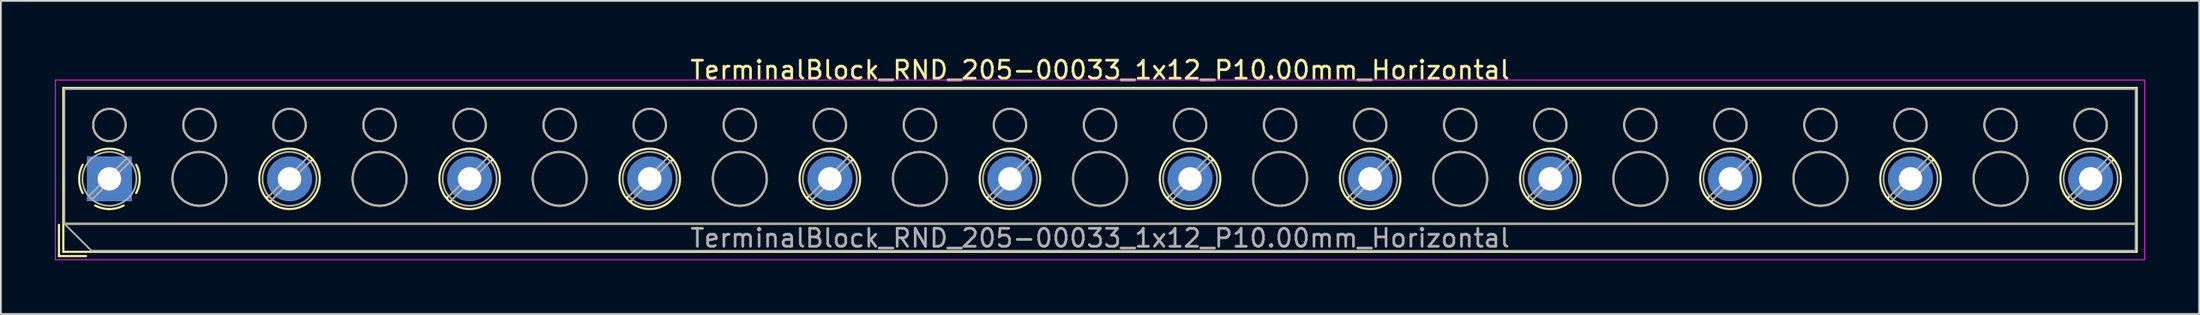
<source format=kicad_pcb>
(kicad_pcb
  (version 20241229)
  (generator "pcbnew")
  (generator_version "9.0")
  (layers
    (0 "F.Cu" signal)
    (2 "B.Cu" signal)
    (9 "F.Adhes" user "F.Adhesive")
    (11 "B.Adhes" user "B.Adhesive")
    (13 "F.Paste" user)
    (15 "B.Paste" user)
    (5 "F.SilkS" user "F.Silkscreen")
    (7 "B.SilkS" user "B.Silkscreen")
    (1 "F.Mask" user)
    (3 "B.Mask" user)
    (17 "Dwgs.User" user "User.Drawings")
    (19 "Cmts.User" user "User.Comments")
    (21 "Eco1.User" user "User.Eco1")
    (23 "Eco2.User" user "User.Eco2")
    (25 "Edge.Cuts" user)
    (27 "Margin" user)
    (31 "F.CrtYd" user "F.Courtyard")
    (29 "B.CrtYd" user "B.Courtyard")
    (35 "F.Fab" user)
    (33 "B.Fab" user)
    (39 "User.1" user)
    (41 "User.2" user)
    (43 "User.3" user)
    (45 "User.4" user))
  (footprint "TerminalBlock_RND_205-00033_1x12_P10.00mm_Horizontal"
    (layer "F.Cu")
    (at 3.025 6.908)
    (property "Reference" "TerminalBlock_RND_205-00033_1x12_P10.00mm_Horizontal" (at 55 -6.06 0) (layer "F.SilkS") (effects (font (size 1 1) (thickness 0.15))))
    (attr through_hole)
    (fp_line (start -2.8 2.56) (end -2.8 4.3) (stroke (width 0.12) (type solid)) (layer "F.SilkS"))
    (fp_line (start -2.8 4.3) (end -1.3 4.3) (stroke (width 0.12) (type solid)) (layer "F.SilkS"))
    (fp_line (start -2.56 -5.06) (end -2.56 4.06) (stroke (width 0.12) (type solid)) (layer "F.SilkS"))
    (fp_line (start -2.56 -5.06) (end 112.56 -5.06) (stroke (width 0.12) (type solid)) (layer "F.SilkS"))
    (fp_line (start -2.56 2.5) (end 112.56 2.5) (stroke (width 0.12) (type solid)) (layer "F.SilkS"))
    (fp_line (start -2.56 4.06) (end 112.56 4.06) (stroke (width 0.12) (type solid)) (layer "F.SilkS"))
    (fp_line (start 8.82 0.976) (end 8.726 1.069) (stroke (width 0.12) (type solid)) (layer "F.SilkS"))
    (fp_line (start 8.99 1.216) (end 8.931 1.274) (stroke (width 0.12) (type solid)) (layer "F.SilkS"))
    (fp_line (start 11.07 -1.275) (end 11.011 -1.216) (stroke (width 0.12) (type solid)) (layer "F.SilkS"))
    (fp_line (start 11.275 -1.069) (end 11.181 -0.976) (stroke (width 0.12) (type solid)) (layer "F.SilkS"))
    (fp_line (start 18.82 0.976) (end 18.726 1.069) (stroke (width 0.12) (type solid)) (layer "F.SilkS"))
    (fp_line (start 18.99 1.216) (end 18.931 1.274) (stroke (width 0.12) (type solid)) (layer "F.SilkS"))
    (fp_line (start 21.07 -1.275) (end 21.011 -1.216) (stroke (width 0.12) (type solid)) (layer "F.SilkS"))
    (fp_line (start 21.275 -1.069) (end 21.181 -0.976) (stroke (width 0.12) (type solid)) (layer "F.SilkS"))
    (fp_line (start 28.82 0.976) (end 28.726 1.069) (stroke (width 0.12) (type solid)) (layer "F.SilkS"))
    (fp_line (start 28.99 1.216) (end 28.931 1.274) (stroke (width 0.12) (type solid)) (layer "F.SilkS"))
    (fp_line (start 31.07 -1.275) (end 31.011 -1.216) (stroke (width 0.12) (type solid)) (layer "F.SilkS"))
    (fp_line (start 31.275 -1.069) (end 31.181 -0.976) (stroke (width 0.12) (type solid)) (layer "F.SilkS"))
    (fp_line (start 38.82 0.976) (end 38.726 1.069) (stroke (width 0.12) (type solid)) (layer "F.SilkS"))
    (fp_line (start 38.99 1.216) (end 38.931 1.274) (stroke (width 0.12) (type solid)) (layer "F.SilkS"))
    (fp_line (start 41.07 -1.275) (end 41.011 -1.216) (stroke (width 0.12) (type solid)) (layer "F.SilkS"))
    (fp_line (start 41.275 -1.069) (end 41.181 -0.976) (stroke (width 0.12) (type solid)) (layer "F.SilkS"))
    (fp_line (start 48.82 0.976) (end 48.726 1.069) (stroke (width 0.12) (type solid)) (layer "F.SilkS"))
    (fp_line (start 48.99 1.216) (end 48.931 1.274) (stroke (width 0.12) (type solid)) (layer "F.SilkS"))
    (fp_line (start 51.07 -1.275) (end 51.011 -1.216) (stroke (width 0.12) (type solid)) (layer "F.SilkS"))
    (fp_line (start 51.275 -1.069) (end 51.181 -0.976) (stroke (width 0.12) (type solid)) (layer "F.SilkS"))
    (fp_line (start 58.82 0.976) (end 58.726 1.069) (stroke (width 0.12) (type solid)) (layer "F.SilkS"))
    (fp_line (start 58.99 1.216) (end 58.931 1.274) (stroke (width 0.12) (type solid)) (layer "F.SilkS"))
    (fp_line (start 61.07 -1.275) (end 61.011 -1.216) (stroke (width 0.12) (type solid)) (layer "F.SilkS"))
    (fp_line (start 61.275 -1.069) (end 61.181 -0.976) (stroke (width 0.12) (type solid)) (layer "F.SilkS"))
    (fp_line (start 68.82 0.976) (end 68.726 1.069) (stroke (width 0.12) (type solid)) (layer "F.SilkS"))
    (fp_line (start 68.99 1.216) (end 68.931 1.274) (stroke (width 0.12) (type solid)) (layer "F.SilkS"))
    (fp_line (start 71.07 -1.275) (end 71.011 -1.216) (stroke (width 0.12) (type solid)) (layer "F.SilkS"))
    (fp_line (start 71.275 -1.069) (end 71.181 -0.976) (stroke (width 0.12) (type solid)) (layer "F.SilkS"))
    (fp_line (start 78.82 0.976) (end 78.726 1.069) (stroke (width 0.12) (type solid)) (layer "F.SilkS"))
    (fp_line (start 78.99 1.216) (end 78.931 1.274) (stroke (width 0.12) (type solid)) (layer "F.SilkS"))
    (fp_line (start 81.07 -1.275) (end 81.011 -1.216) (stroke (width 0.12) (type solid)) (layer "F.SilkS"))
    (fp_line (start 81.275 -1.069) (end 81.181 -0.976) (stroke (width 0.12) (type solid)) (layer "F.SilkS"))
    (fp_line (start 88.82 0.976) (end 88.726 1.069) (stroke (width 0.12) (type solid)) (layer "F.SilkS"))
    (fp_line (start 88.99 1.216) (end 88.931 1.274) (stroke (width 0.12) (type solid)) (layer "F.SilkS"))
    (fp_line (start 91.07 -1.275) (end 91.011 -1.216) (stroke (width 0.12) (type solid)) (layer "F.SilkS"))
    (fp_line (start 91.275 -1.069) (end 91.181 -0.976) (stroke (width 0.12) (type solid)) (layer "F.SilkS"))
    (fp_line (start 98.82 0.976) (end 98.726 1.069) (stroke (width 0.12) (type solid)) (layer "F.SilkS"))
    (fp_line (start 98.99 1.216) (end 98.931 1.274) (stroke (width 0.12) (type solid)) (layer "F.SilkS"))
    (fp_line (start 101.07 -1.275) (end 101.011 -1.216) (stroke (width 0.12) (type solid)) (layer "F.SilkS"))
    (fp_line (start 101.275 -1.069) (end 101.181 -0.976) (stroke (width 0.12) (type solid)) (layer "F.SilkS"))
    (fp_line (start 108.82 0.976) (end 108.726 1.069) (stroke (width 0.12) (type solid)) (layer "F.SilkS"))
    (fp_line (start 108.99 1.216) (end 108.931 1.274) (stroke (width 0.12) (type solid)) (layer "F.SilkS"))
    (fp_line (start 111.07 -1.275) (end 111.011 -1.216) (stroke (width 0.12) (type solid)) (layer "F.SilkS"))
    (fp_line (start 111.275 -1.069) (end 111.181 -0.976) (stroke (width 0.12) (type solid)) (layer "F.SilkS"))
    (fp_line (start 112.56 -5.06) (end 112.56 4.06) (stroke (width 0.12) (type solid)) (layer "F.SilkS"))
    (fp_arc (start -1.483953 0.789089) (mid -1.680708 0.00005) (end -1.484 -0.789) (stroke (width 0.12) (type solid)) (layer "F.SilkS"))
    (fp_arc (start -0.789089 -1.483953) (mid -0.00005 -1.680708) (end 0.789 -1.484) (stroke (width 0.12) (type solid)) (layer "F.SilkS"))
    (fp_arc (start 0.029383 1.68045) (mid -0.392304 1.634281) (end -0.789 1.484) (stroke (width 0.12) (type solid)) (layer "F.SilkS"))
    (fp_arc (start 0.788712 1.483352) (mid 0.406429 1.630097) (end 0 1.68) (stroke (width 0.12) (type solid)) (layer "F.SilkS"))
    (fp_arc (start 1.483953 -0.789089) (mid 1.680708 -0.00005) (end 1.484 0.789) (stroke (width 0.12) (type solid)) (layer "F.SilkS"))
    (fp_circle (center 0 -3) (end 0.9 -3) (stroke (width 0.12) (type solid)) (fill no) (layer "F.SilkS"))
    (fp_circle (center 5 -3) (end 5.9 -3) (stroke (width 0.12) (type solid)) (fill no) (layer "F.SilkS"))
    (fp_circle (center 5 0) (end 6.5 0) (stroke (width 0.12) (type solid)) (fill no) (layer "F.SilkS"))
    (fp_circle (center 10 -3) (end 10.9 -3) (stroke (width 0.12) (type solid)) (fill no) (layer "F.SilkS"))
    (fp_circle (center 10 0) (end 11.68 0) (stroke (width 0.12) (type solid)) (fill no) (layer "F.SilkS"))
    (fp_circle (center 15 -3) (end 15.9 -3) (stroke (width 0.12) (type solid)) (fill no) (layer "F.SilkS"))
    (fp_circle (center 15 0) (end 16.5 0) (stroke (width 0.12) (type solid)) (fill no) (layer "F.SilkS"))
    (fp_circle (center 20 -3) (end 20.9 -3) (stroke (width 0.12) (type solid)) (fill no) (layer "F.SilkS"))
    (fp_circle (center 20 0) (end 21.68 0) (stroke (width 0.12) (type solid)) (fill no) (layer "F.SilkS"))
    (fp_circle (center 25 -3) (end 25.9 -3) (stroke (width 0.12) (type solid)) (fill no) (layer "F.SilkS"))
    (fp_circle (center 25 0) (end 26.5 0) (stroke (width 0.12) (type solid)) (fill no) (layer "F.SilkS"))
    (fp_circle (center 30 -3) (end 30.9 -3) (stroke (width 0.12) (type solid)) (fill no) (layer "F.SilkS"))
    (fp_circle (center 30 0) (end 31.68 0) (stroke (width 0.12) (type solid)) (fill no) (layer "F.SilkS"))
    (fp_circle (center 35 -3) (end 35.9 -3) (stroke (width 0.12) (type solid)) (fill no) (layer "F.SilkS"))
    (fp_circle (center 35 0) (end 36.5 0) (stroke (width 0.12) (type solid)) (fill no) (layer "F.SilkS"))
    (fp_circle (center 40 -3) (end 40.9 -3) (stroke (width 0.12) (type solid)) (fill no) (layer "F.SilkS"))
    (fp_circle (center 40 0) (end 41.68 0) (stroke (width 0.12) (type solid)) (fill no) (layer "F.SilkS"))
    (fp_circle (center 45 -3) (end 45.9 -3) (stroke (width 0.12) (type solid)) (fill no) (layer "F.SilkS"))
    (fp_circle (center 45 0) (end 46.5 0) (stroke (width 0.12) (type solid)) (fill no) (layer "F.SilkS"))
    (fp_circle (center 50 -3) (end 50.9 -3) (stroke (width 0.12) (type solid)) (fill no) (layer "F.SilkS"))
    (fp_circle (center 50 0) (end 51.68 0) (stroke (width 0.12) (type solid)) (fill no) (layer "F.SilkS"))
    (fp_circle (center 55 -3) (end 55.9 -3) (stroke (width 0.12) (type solid)) (fill no) (layer "F.SilkS"))
    (fp_circle (center 55 0) (end 56.5 0) (stroke (width 0.12) (type solid)) (fill no) (layer "F.SilkS"))
    (fp_circle (center 60 -3) (end 60.9 -3) (stroke (width 0.12) (type solid)) (fill no) (layer "F.SilkS"))
    (fp_circle (center 60 0) (end 61.68 0) (stroke (width 0.12) (type solid)) (fill no) (layer "F.SilkS"))
    (fp_circle (center 65 -3) (end 65.9 -3) (stroke (width 0.12) (type solid)) (fill no) (layer "F.SilkS"))
    (fp_circle (center 65 0) (end 66.5 0) (stroke (width 0.12) (type solid)) (fill no) (layer "F.SilkS"))
    (fp_circle (center 70 -3) (end 70.9 -3) (stroke (width 0.12) (type solid)) (fill no) (layer "F.SilkS"))
    (fp_circle (center 70 0) (end 71.68 0) (stroke (width 0.12) (type solid)) (fill no) (layer "F.SilkS"))
    (fp_circle (center 75 -3) (end 75.9 -3) (stroke (width 0.12) (type solid)) (fill no) (layer "F.SilkS"))
    (fp_circle (center 75 0) (end 76.5 0) (stroke (width 0.12) (type solid)) (fill no) (layer "F.SilkS"))
    (fp_circle (center 80 -3) (end 80.9 -3) (stroke (width 0.12) (type solid)) (fill no) (layer "F.SilkS"))
    (fp_circle (center 80 0) (end 81.68 0) (stroke (width 0.12) (type solid)) (fill no) (layer "F.SilkS"))
    (fp_circle (center 85 -3) (end 85.9 -3) (stroke (width 0.12) (type solid)) (fill no) (layer "F.SilkS"))
    (fp_circle (center 85 0) (end 86.5 0) (stroke (width 0.12) (type solid)) (fill no) (layer "F.SilkS"))
    (fp_circle (center 90 -3) (end 90.9 -3) (stroke (width 0.12) (type solid)) (fill no) (layer "F.SilkS"))
    (fp_circle (center 90 0) (end 91.68 0) (stroke (width 0.12) (type solid)) (fill no) (layer "F.SilkS"))
    (fp_circle (center 95 -3) (end 95.9 -3) (stroke (width 0.12) (type solid)) (fill no) (layer "F.SilkS"))
    (fp_circle (center 95 0) (end 96.5 0) (stroke (width 0.12) (type solid)) (fill no) (layer "F.SilkS"))
    (fp_circle (center 100 -3) (end 100.9 -3) (stroke (width 0.12) (type solid)) (fill no) (layer "F.SilkS"))
    (fp_circle (center 100 0) (end 101.68 0) (stroke (width 0.12) (type solid)) (fill no) (layer "F.SilkS"))
    (fp_circle (center 105 -3) (end 105.9 -3) (stroke (width 0.12) (type solid)) (fill no) (layer "F.SilkS"))
    (fp_circle (center 105 0) (end 106.5 0) (stroke (width 0.12) (type solid)) (fill no) (layer "F.SilkS"))
    (fp_circle (center 110 -3) (end 110.9 -3) (stroke (width 0.12) (type solid)) (fill no) (layer "F.SilkS"))
    (fp_circle (center 110 0) (end 111.68 0) (stroke (width 0.12) (type solid)) (fill no) (layer "F.SilkS"))
    (fp_line (start -3 -5.5) (end -3 4.5) (stroke (width 0.05) (type solid)) (layer "F.CrtYd"))
    (fp_line (start -3 4.5) (end 113 4.5) (stroke (width 0.05) (type solid)) (layer "F.CrtYd"))
    (fp_line (start 113 -5.5) (end -3 -5.5) (stroke (width 0.05) (type solid)) (layer "F.CrtYd"))
    (fp_line (start 113 4.5) (end 113 -5.5) (stroke (width 0.05) (type solid)) (layer "F.CrtYd"))
    (fp_line (start -2.5 -5) (end 112.5 -5) (stroke (width 0.1) (type solid)) (layer "F.Fab"))
    (fp_line (start -2.5 2.5) (end -2.5 -5) (stroke (width 0.1) (type solid)) (layer "F.Fab"))
    (fp_line (start -2.5 2.5) (end 112.5 2.5) (stroke (width 0.1) (type solid)) (layer "F.Fab"))
    (fp_line (start -1 4) (end -2.5 2.5) (stroke (width 0.1) (type solid)) (layer "F.Fab"))
    (fp_line (start 0.955 -1.138) (end -1.138 0.955) (stroke (width 0.1) (type solid)) (layer "F.Fab"))
    (fp_line (start 1.138 -0.955) (end -0.955 1.138) (stroke (width 0.1) (type solid)) (layer "F.Fab"))
    (fp_line (start 10.955 -1.138) (end 8.863 0.955) (stroke (width 0.1) (type solid)) (layer "F.Fab"))
    (fp_line (start 11.138 -0.955) (end 9.046 1.138) (stroke (width 0.1) (type solid)) (layer "F.Fab"))
    (fp_line (start 20.955 -1.138) (end 18.863 0.955) (stroke (width 0.1) (type solid)) (layer "F.Fab"))
    (fp_line (start 21.138 -0.955) (end 19.046 1.138) (stroke (width 0.1) (type solid)) (layer "F.Fab"))
    (fp_line (start 30.955 -1.138) (end 28.863 0.955) (stroke (width 0.1) (type solid)) (layer "F.Fab"))
    (fp_line (start 31.138 -0.955) (end 29.046 1.138) (stroke (width 0.1) (type solid)) (layer "F.Fab"))
    (fp_line (start 40.955 -1.138) (end 38.863 0.955) (stroke (width 0.1) (type solid)) (layer "F.Fab"))
    (fp_line (start 41.138 -0.955) (end 39.046 1.138) (stroke (width 0.1) (type solid)) (layer "F.Fab"))
    (fp_line (start 50.955 -1.138) (end 48.863 0.955) (stroke (width 0.1) (type solid)) (layer "F.Fab"))
    (fp_line (start 51.138 -0.955) (end 49.046 1.138) (stroke (width 0.1) (type solid)) (layer "F.Fab"))
    (fp_line (start 60.955 -1.138) (end 58.863 0.955) (stroke (width 0.1) (type solid)) (layer "F.Fab"))
    (fp_line (start 61.138 -0.955) (end 59.046 1.138) (stroke (width 0.1) (type solid)) (layer "F.Fab"))
    (fp_line (start 70.955 -1.138) (end 68.863 0.955) (stroke (width 0.1) (type solid)) (layer "F.Fab"))
    (fp_line (start 71.138 -0.955) (end 69.046 1.138) (stroke (width 0.1) (type solid)) (layer "F.Fab"))
    (fp_line (start 80.955 -1.138) (end 78.863 0.955) (stroke (width 0.1) (type solid)) (layer "F.Fab"))
    (fp_line (start 81.138 -0.955) (end 79.046 1.138) (stroke (width 0.1) (type solid)) (layer "F.Fab"))
    (fp_line (start 90.955 -1.138) (end 88.863 0.955) (stroke (width 0.1) (type solid)) (layer "F.Fab"))
    (fp_line (start 91.138 -0.955) (end 89.046 1.138) (stroke (width 0.1) (type solid)) (layer "F.Fab"))
    (fp_line (start 100.955 -1.138) (end 98.863 0.955) (stroke (width 0.1) (type solid)) (layer "F.Fab"))
    (fp_line (start 101.138 -0.955) (end 99.046 1.138) (stroke (width 0.1) (type solid)) (layer "F.Fab"))
    (fp_line (start 110.955 -1.138) (end 108.863 0.955) (stroke (width 0.1) (type solid)) (layer "F.Fab"))
    (fp_line (start 111.138 -0.955) (end 109.046 1.138) (stroke (width 0.1) (type solid)) (layer "F.Fab"))
    (fp_line (start 112.5 -5) (end 112.5 4) (stroke (width 0.1) (type solid)) (layer "F.Fab"))
    (fp_line (start 112.5 4) (end -1 4) (stroke (width 0.1) (type solid)) (layer "F.Fab"))
    (fp_circle (center 0 -3) (end 0.9 -3) (stroke (width 0.1) (type solid)) (fill no) (layer "F.Fab"))
    (fp_circle (center 0 0) (end 1.5 0) (stroke (width 0.1) (type solid)) (fill no) (layer "F.Fab"))
    (fp_circle (center 5 -3) (end 5.9 -3) (stroke (width 0.1) (type solid)) (fill no) (layer "F.Fab"))
    (fp_circle (center 5 0) (end 6.5 0) (stroke (width 0.1) (type solid)) (fill no) (layer "F.Fab"))
    (fp_circle (center 10 -3) (end 10.9 -3) (stroke (width 0.1) (type solid)) (fill no) (layer "F.Fab"))
    (fp_circle (center 10 0) (end 11.5 0) (stroke (width 0.1) (type solid)) (fill no) (layer "F.Fab"))
    (fp_circle (center 15 -3) (end 15.9 -3) (stroke (width 0.1) (type solid)) (fill no) (layer "F.Fab"))
    (fp_circle (center 15 0) (end 16.5 0) (stroke (width 0.1) (type solid)) (fill no) (layer "F.Fab"))
    (fp_circle (center 20 -3) (end 20.9 -3) (stroke (width 0.1) (type solid)) (fill no) (layer "F.Fab"))
    (fp_circle (center 20 0) (end 21.5 0) (stroke (width 0.1) (type solid)) (fill no) (layer "F.Fab"))
    (fp_circle (center 25 -3) (end 25.9 -3) (stroke (width 0.1) (type solid)) (fill no) (layer "F.Fab"))
    (fp_circle (center 25 0) (end 26.5 0) (stroke (width 0.1) (type solid)) (fill no) (layer "F.Fab"))
    (fp_circle (center 30 -3) (end 30.9 -3) (stroke (width 0.1) (type solid)) (fill no) (layer "F.Fab"))
    (fp_circle (center 30 0) (end 31.5 0) (stroke (width 0.1) (type solid)) (fill no) (layer "F.Fab"))
    (fp_circle (center 35 -3) (end 35.9 -3) (stroke (width 0.1) (type solid)) (fill no) (layer "F.Fab"))
    (fp_circle (center 35 0) (end 36.5 0) (stroke (width 0.1) (type solid)) (fill no) (layer "F.Fab"))
    (fp_circle (center 40 -3) (end 40.9 -3) (stroke (width 0.1) (type solid)) (fill no) (layer "F.Fab"))
    (fp_circle (center 40 0) (end 41.5 0) (stroke (width 0.1) (type solid)) (fill no) (layer "F.Fab"))
    (fp_circle (center 45 -3) (end 45.9 -3) (stroke (width 0.1) (type solid)) (fill no) (layer "F.Fab"))
    (fp_circle (center 45 0) (end 46.5 0) (stroke (width 0.1) (type solid)) (fill no) (layer "F.Fab"))
    (fp_circle (center 50 -3) (end 50.9 -3) (stroke (width 0.1) (type solid)) (fill no) (layer "F.Fab"))
    (fp_circle (center 50 0) (end 51.5 0) (stroke (width 0.1) (type solid)) (fill no) (layer "F.Fab"))
    (fp_circle (center 55 -3) (end 55.9 -3) (stroke (width 0.1) (type solid)) (fill no) (layer "F.Fab"))
    (fp_circle (center 55 0) (end 56.5 0) (stroke (width 0.1) (type solid)) (fill no) (layer "F.Fab"))
    (fp_circle (center 60 -3) (end 60.9 -3) (stroke (width 0.1) (type solid)) (fill no) (layer "F.Fab"))
    (fp_circle (center 60 0) (end 61.5 0) (stroke (width 0.1) (type solid)) (fill no) (layer "F.Fab"))
    (fp_circle (center 65 -3) (end 65.9 -3) (stroke (width 0.1) (type solid)) (fill no) (layer "F.Fab"))
    (fp_circle (center 65 0) (end 66.5 0) (stroke (width 0.1) (type solid)) (fill no) (layer "F.Fab"))
    (fp_circle (center 70 -3) (end 70.9 -3) (stroke (width 0.1) (type solid)) (fill no) (layer "F.Fab"))
    (fp_circle (center 70 0) (end 71.5 0) (stroke (width 0.1) (type solid)) (fill no) (layer "F.Fab"))
    (fp_circle (center 75 -3) (end 75.9 -3) (stroke (width 0.1) (type solid)) (fill no) (layer "F.Fab"))
    (fp_circle (center 75 0) (end 76.5 0) (stroke (width 0.1) (type solid)) (fill no) (layer "F.Fab"))
    (fp_circle (center 80 -3) (end 80.9 -3) (stroke (width 0.1) (type solid)) (fill no) (layer "F.Fab"))
    (fp_circle (center 80 0) (end 81.5 0) (stroke (width 0.1) (type solid)) (fill no) (layer "F.Fab"))
    (fp_circle (center 85 -3) (end 85.9 -3) (stroke (width 0.1) (type solid)) (fill no) (layer "F.Fab"))
    (fp_circle (center 85 0) (end 86.5 0) (stroke (width 0.1) (type solid)) (fill no) (layer "F.Fab"))
    (fp_circle (center 90 -3) (end 90.9 -3) (stroke (width 0.1) (type solid)) (fill no) (layer "F.Fab"))
    (fp_circle (center 90 0) (end 91.5 0) (stroke (width 0.1) (type solid)) (fill no) (layer "F.Fab"))
    (fp_circle (center 95 -3) (end 95.9 -3) (stroke (width 0.1) (type solid)) (fill no) (layer "F.Fab"))
    (fp_circle (center 95 0) (end 96.5 0) (stroke (width 0.1) (type solid)) (fill no) (layer "F.Fab"))
    (fp_circle (center 100 -3) (end 100.9 -3) (stroke (width 0.1) (type solid)) (fill no) (layer "F.Fab"))
    (fp_circle (center 100 0) (end 101.5 0) (stroke (width 0.1) (type solid)) (fill no) (layer "F.Fab"))
    (fp_circle (center 105 -3) (end 105.9 -3) (stroke (width 0.1) (type solid)) (fill no) (layer "F.Fab"))
    (fp_circle (center 105 0) (end 106.5 0) (stroke (width 0.1) (type solid)) (fill no) (layer "F.Fab"))
    (fp_circle (center 110 -3) (end 110.9 -3) (stroke (width 0.1) (type solid)) (fill no) (layer "F.Fab"))
    (fp_circle (center 110 0) (end 111.5 0) (stroke (width 0.1) (type solid)) (fill no) (layer "F.Fab"))
    (fp_text user "${REFERENCE}" (at 55 3.3 0) (layer "F.Fab") (effects (font (size 1 1) (thickness 0.15))))
    (pad "1" thru_hole rect (at 0 0) (size 2.5 2.5) (drill 1.3) (layers "*.Cu" "*.Mask"))
    (pad "2" thru_hole circle (at 10 0) (size 2.5 2.5) (drill 1.3) (layers "*.Cu" "*.Mask"))
    (pad "3" thru_hole circle (at 20 0) (size 2.5 2.5) (drill 1.3) (layers "*.Cu" "*.Mask"))
    (pad "4" thru_hole circle (at 30 0) (size 2.5 2.5) (drill 1.3) (layers "*.Cu" "*.Mask"))
    (pad "5" thru_hole circle (at 40 0) (size 2.5 2.5) (drill 1.3) (layers "*.Cu" "*.Mask"))
    (pad "6" thru_hole circle (at 50 0) (size 2.5 2.5) (drill 1.3) (layers "*.Cu" "*.Mask"))
    (pad "7" thru_hole circle (at 60 0) (size 2.5 2.5) (drill 1.3) (layers "*.Cu" "*.Mask"))
    (pad "8" thru_hole circle (at 70 0) (size 2.5 2.5) (drill 1.3) (layers "*.Cu" "*.Mask"))
    (pad "9" thru_hole circle (at 80 0) (size 2.5 2.5) (drill 1.3) (layers "*.Cu" "*.Mask"))
    (pad "10" thru_hole circle (at 90 0) (size 2.5 2.5) (drill 1.3) (layers "*.Cu" "*.Mask"))
    (pad "11" thru_hole circle (at 100 0) (size 2.5 2.5) (drill 1.3) (layers "*.Cu" "*.Mask"))
    (pad "12" thru_hole circle (at 110 0) (size 2.5 2.5) (drill 1.3) (layers "*.Cu" "*.Mask")))
  (gr_rect
    (start -3 -3)
    (end 119.05 14.433)
    (stroke (width 0.1) (type default))
    (fill no)
    (layer "Edge.Cuts")))
</source>
